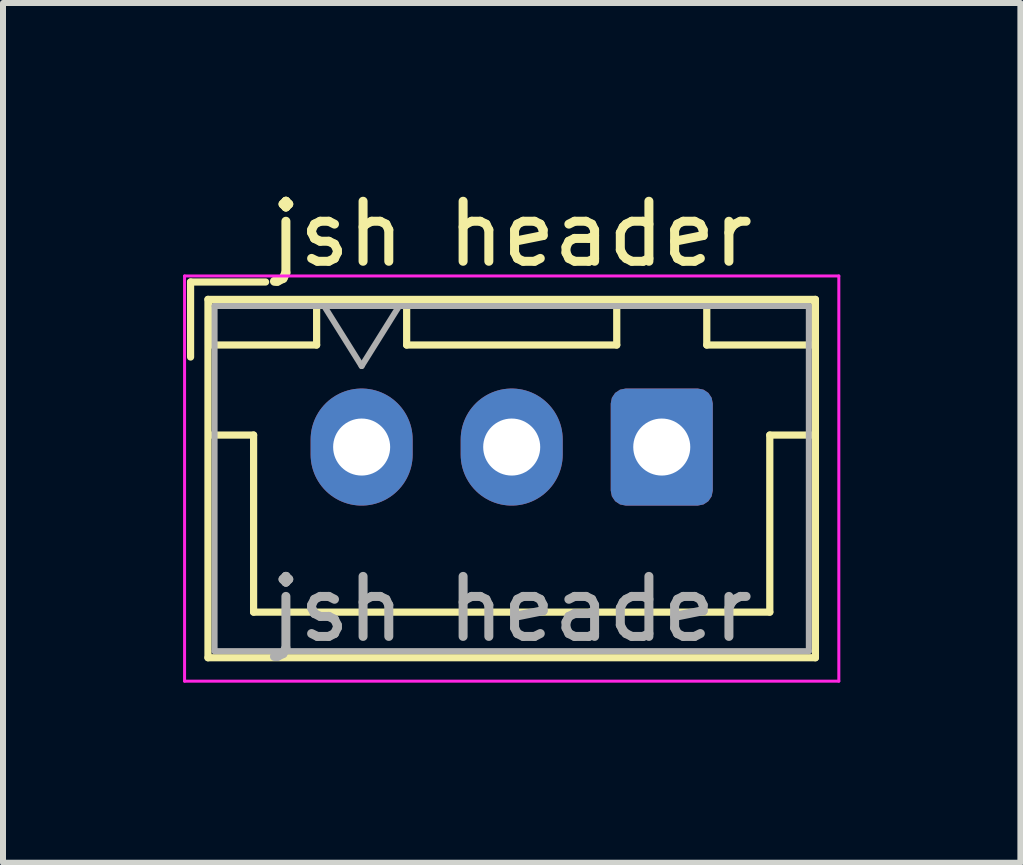
<source format=kicad_pcb>
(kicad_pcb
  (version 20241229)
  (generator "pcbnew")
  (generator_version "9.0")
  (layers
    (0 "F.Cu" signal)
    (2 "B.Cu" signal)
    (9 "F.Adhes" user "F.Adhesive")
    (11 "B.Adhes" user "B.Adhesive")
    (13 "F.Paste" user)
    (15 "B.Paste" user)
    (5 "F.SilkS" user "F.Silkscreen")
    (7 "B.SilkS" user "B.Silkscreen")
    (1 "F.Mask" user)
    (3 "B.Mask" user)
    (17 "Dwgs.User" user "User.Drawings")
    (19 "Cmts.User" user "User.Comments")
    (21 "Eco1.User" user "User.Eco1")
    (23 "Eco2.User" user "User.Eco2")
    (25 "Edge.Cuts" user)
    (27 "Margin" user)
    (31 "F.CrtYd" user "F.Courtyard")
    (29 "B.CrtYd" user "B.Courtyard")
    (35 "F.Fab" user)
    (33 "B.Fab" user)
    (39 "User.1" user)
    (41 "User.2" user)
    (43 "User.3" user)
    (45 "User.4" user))
  (footprint "jsh header"
    (layer "F.Cu")
    (at 2.975 4.398)
    (property "Reference" "jsh header" (at 2.5 -3.55 0) (layer "F.SilkS") (effects (font (size 1 1) (thickness 0.15))))
    (attr through_hole)
    (fp_line (start -2.85 -2.75) (end -2.85 -1.5) (stroke (width 0.12) (type solid)) (layer "F.SilkS"))
    (fp_line (start -2.56 -2.46) (end -2.56 3.51) (stroke (width 0.12) (type solid)) (layer "F.SilkS"))
    (fp_line (start -2.56 3.51) (end 7.56 3.51) (stroke (width 0.12) (type solid)) (layer "F.SilkS"))
    (fp_line (start -2.55 -2.45) (end -2.55 -1.7) (stroke (width 0.12) (type solid)) (layer "F.SilkS"))
    (fp_line (start -2.55 -1.7) (end -0.75 -1.7) (stroke (width 0.12) (type solid)) (layer "F.SilkS"))
    (fp_line (start -2.55 -0.2) (end -1.8 -0.2) (stroke (width 0.12) (type solid)) (layer "F.SilkS"))
    (fp_line (start -1.8 -0.2) (end -1.8 2.75) (stroke (width 0.12) (type solid)) (layer "F.SilkS"))
    (fp_line (start -1.8 2.75) (end 2.5 2.75) (stroke (width 0.12) (type solid)) (layer "F.SilkS"))
    (fp_line (start -1.6 -2.75) (end -2.85 -2.75) (stroke (width 0.12) (type solid)) (layer "F.SilkS"))
    (fp_line (start -0.75 -2.45) (end -2.55 -2.45) (stroke (width 0.12) (type solid)) (layer "F.SilkS"))
    (fp_line (start -0.75 -1.7) (end -0.75 -2.45) (stroke (width 0.12) (type solid)) (layer "F.SilkS"))
    (fp_line (start 0.75 -2.45) (end 0.75 -1.7) (stroke (width 0.12) (type solid)) (layer "F.SilkS"))
    (fp_line (start 0.75 -1.7) (end 4.25 -1.7) (stroke (width 0.12) (type solid)) (layer "F.SilkS"))
    (fp_line (start 4.25 -2.45) (end 0.75 -2.45) (stroke (width 0.12) (type solid)) (layer "F.SilkS"))
    (fp_line (start 4.25 -1.7) (end 4.25 -2.45) (stroke (width 0.12) (type solid)) (layer "F.SilkS"))
    (fp_line (start 5.75 -2.45) (end 5.75 -1.7) (stroke (width 0.12) (type solid)) (layer "F.SilkS"))
    (fp_line (start 5.75 -1.7) (end 7.55 -1.7) (stroke (width 0.12) (type solid)) (layer "F.SilkS"))
    (fp_line (start 6.8 -0.2) (end 6.8 2.75) (stroke (width 0.12) (type solid)) (layer "F.SilkS"))
    (fp_line (start 6.8 2.75) (end 2.5 2.75) (stroke (width 0.12) (type solid)) (layer "F.SilkS"))
    (fp_line (start 7.55 -2.45) (end 5.75 -2.45) (stroke (width 0.12) (type solid)) (layer "F.SilkS"))
    (fp_line (start 7.55 -1.7) (end 7.55 -2.45) (stroke (width 0.12) (type solid)) (layer "F.SilkS"))
    (fp_line (start 7.55 -0.2) (end 6.8 -0.2) (stroke (width 0.12) (type solid)) (layer "F.SilkS"))
    (fp_line (start 7.56 -2.46) (end -2.56 -2.46) (stroke (width 0.12) (type solid)) (layer "F.SilkS"))
    (fp_line (start 7.56 3.51) (end 7.56 -2.46) (stroke (width 0.12) (type solid)) (layer "F.SilkS"))
    (fp_line (start -2.95 -2.85) (end -2.95 3.9) (stroke (width 0.05) (type solid)) (layer "F.CrtYd"))
    (fp_line (start -2.95 3.9) (end 7.95 3.9) (stroke (width 0.05) (type solid)) (layer "F.CrtYd"))
    (fp_line (start 7.95 -2.85) (end -2.95 -2.85) (stroke (width 0.05) (type solid)) (layer "F.CrtYd"))
    (fp_line (start 7.95 3.9) (end 7.95 -2.85) (stroke (width 0.05) (type solid)) (layer "F.CrtYd"))
    (fp_line (start -2.45 -2.35) (end -2.45 3.4) (stroke (width 0.1) (type solid)) (layer "F.Fab"))
    (fp_line (start -2.45 3.4) (end 7.45 3.4) (stroke (width 0.1) (type solid)) (layer "F.Fab"))
    (fp_line (start -0.625 -2.35) (end 0 -1.35) (stroke (width 0.1) (type solid)) (layer "F.Fab"))
    (fp_line (start 0 -1.35) (end 0.625 -2.35) (stroke (width 0.1) (type solid)) (layer "F.Fab"))
    (fp_line (start 7.45 -2.35) (end -2.45 -2.35) (stroke (width 0.1) (type solid)) (layer "F.Fab"))
    (fp_line (start 7.45 3.4) (end 7.45 -2.35) (stroke (width 0.1) (type solid)) (layer "F.Fab"))
    (fp_text user "${REFERENCE}" (at 2.5 2.7 0) (layer "F.Fab") (effects (font (size 1 1) (thickness 0.15))))
    (pad "1" thru_hole roundrect (at 5 0) (size 1.7 1.95) (drill 0.95) (layers "*.Cu" "*.Mask") (roundrect_rratio 0.147))
    (pad "2" thru_hole oval (at 2.5 0) (size 1.7 1.95) (drill 0.95) (layers "*.Cu" "*.Mask"))
    (pad "3" thru_hole oval (at 0 0) (size 1.7 1.95) (drill 0.95) (layers "*.Cu" "*.Mask")))
  (gr_rect
    (start -3 -3)
    (end 13.95 11.323)
    (stroke (width 0.1) (type default))
    (fill no)
    (layer "Edge.Cuts")))
</source>
